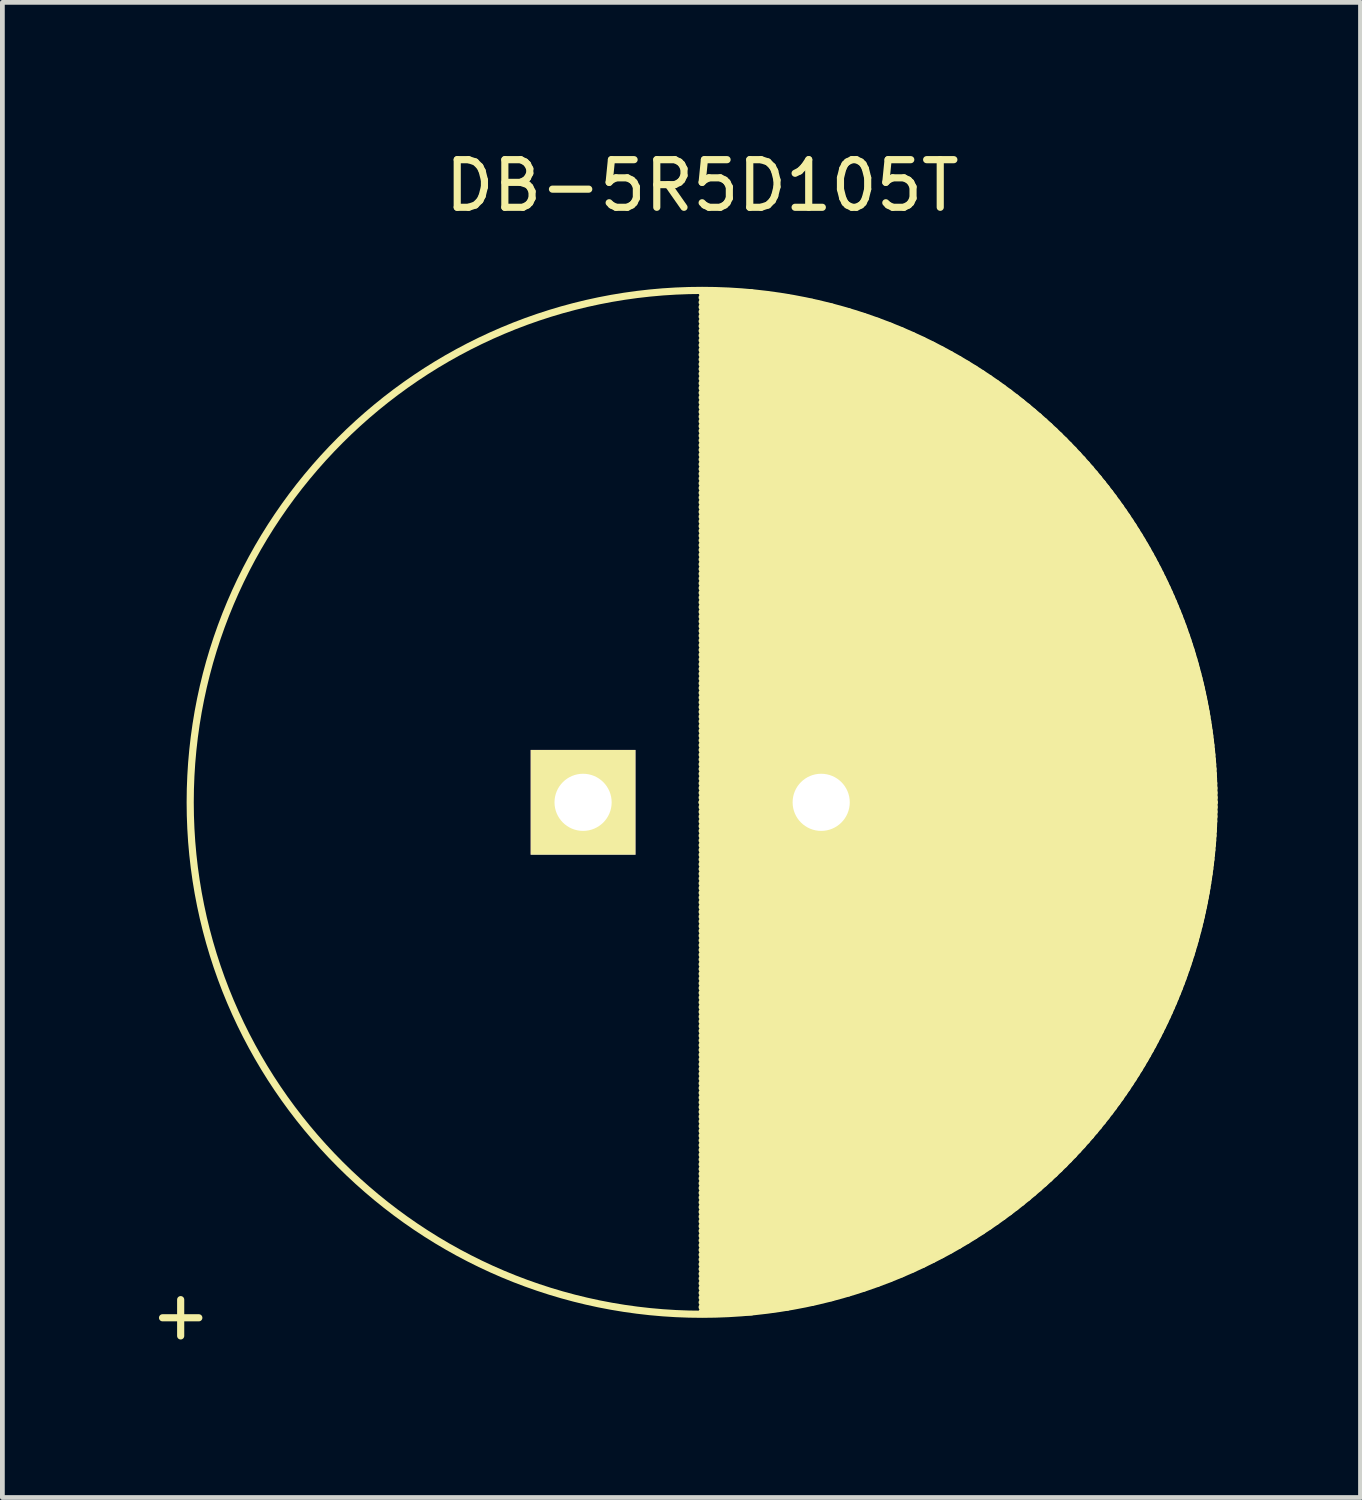
<source format=kicad_pcb>
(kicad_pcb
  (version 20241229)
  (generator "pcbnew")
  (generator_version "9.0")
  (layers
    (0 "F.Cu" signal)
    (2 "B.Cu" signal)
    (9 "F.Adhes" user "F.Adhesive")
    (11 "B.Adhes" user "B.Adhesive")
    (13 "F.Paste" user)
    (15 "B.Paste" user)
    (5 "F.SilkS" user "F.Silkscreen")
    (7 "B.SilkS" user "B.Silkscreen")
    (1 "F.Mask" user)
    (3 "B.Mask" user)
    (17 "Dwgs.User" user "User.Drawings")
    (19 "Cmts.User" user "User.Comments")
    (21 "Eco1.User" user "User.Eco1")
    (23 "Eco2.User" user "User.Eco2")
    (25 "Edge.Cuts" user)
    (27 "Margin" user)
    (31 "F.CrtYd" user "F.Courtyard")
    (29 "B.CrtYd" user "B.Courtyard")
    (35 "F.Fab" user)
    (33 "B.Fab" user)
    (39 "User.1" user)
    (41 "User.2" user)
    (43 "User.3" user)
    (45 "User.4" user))
  (footprint "DB-5R5D105T"
    (layer "F.Cu")
    (at 9.194 13.798)
    (property "Reference" "DB-5R5D105T" (at 2.5 -12.95 0) (layer "F.SilkS") (effects (font (size 1 1) (thickness 0.15))))
    (attr through_hole)
    (fp_line (start 2.5 -10.7) (end 3.536 -10.7) (stroke (width 0.15) (type solid)) (layer "F.SilkS"))
    (fp_line (start 2.5 -10.6) (end 4.29 -10.6) (stroke (width 0.15) (type solid)) (layer "F.SilkS"))
    (fp_line (start 2.5 -10.5) (end 4.805 -10.5) (stroke (width 0.15) (type solid)) (layer "F.SilkS"))
    (fp_line (start 2.5 -10.4) (end 5.221 -10.4) (stroke (width 0.15) (type solid)) (layer "F.SilkS"))
    (fp_line (start 2.5 -10.3) (end 5.578 -10.3) (stroke (width 0.15) (type solid)) (layer "F.SilkS"))
    (fp_line (start 2.5 -10.2) (end 5.894 -10.2) (stroke (width 0.15) (type solid)) (layer "F.SilkS"))
    (fp_line (start 2.5 -10.1) (end 6.181 -10.1) (stroke (width 0.15) (type solid)) (layer "F.SilkS"))
    (fp_line (start 2.5 -10) (end 6.445 -10) (stroke (width 0.15) (type solid)) (layer "F.SilkS"))
    (fp_line (start 2.5 -9.9) (end 6.69 -9.9) (stroke (width 0.15) (type solid)) (layer "F.SilkS"))
    (fp_line (start 2.5 -9.8) (end 6.918 -9.8) (stroke (width 0.15) (type solid)) (layer "F.SilkS"))
    (fp_line (start 2.5 -9.7) (end 7.134 -9.7) (stroke (width 0.15) (type solid)) (layer "F.SilkS"))
    (fp_line (start 2.5 -9.6) (end 7.338 -9.6) (stroke (width 0.15) (type solid)) (layer "F.SilkS"))
    (fp_line (start 2.5 -9.5) (end 7.531 -9.5) (stroke (width 0.15) (type solid)) (layer "F.SilkS"))
    (fp_line (start 2.5 -9.4) (end 7.716 -9.4) (stroke (width 0.15) (type solid)) (layer "F.SilkS"))
    (fp_line (start 2.5 -9.3) (end 7.892 -9.3) (stroke (width 0.15) (type solid)) (layer "F.SilkS"))
    (fp_line (start 2.5 -9.2) (end 8.061 -9.2) (stroke (width 0.15) (type solid)) (layer "F.SilkS"))
    (fp_line (start 2.5 -9.1) (end 8.223 -9.1) (stroke (width 0.15) (type solid)) (layer "F.SilkS"))
    (fp_line (start 2.5 -9) (end 8.379 -9) (stroke (width 0.15) (type solid)) (layer "F.SilkS"))
    (fp_line (start 2.5 -8.9) (end 8.529 -8.9) (stroke (width 0.15) (type solid)) (layer "F.SilkS"))
    (fp_line (start 2.5 -8.8) (end 8.674 -8.8) (stroke (width 0.15) (type solid)) (layer "F.SilkS"))
    (fp_line (start 2.5 -8.7) (end 8.814 -8.7) (stroke (width 0.15) (type solid)) (layer "F.SilkS"))
    (fp_line (start 2.5 -8.6) (end 8.95 -8.6) (stroke (width 0.15) (type solid)) (layer "F.SilkS"))
    (fp_line (start 2.5 -8.5) (end 9.081 -8.5) (stroke (width 0.15) (type solid)) (layer "F.SilkS"))
    (fp_line (start 2.5 -8.4) (end 9.208 -8.4) (stroke (width 0.15) (type solid)) (layer "F.SilkS"))
    (fp_line (start 2.5 -8.3) (end 9.332 -8.3) (stroke (width 0.15) (type solid)) (layer "F.SilkS"))
    (fp_line (start 2.5 -8.2) (end 9.451 -8.2) (stroke (width 0.15) (type solid)) (layer "F.SilkS"))
    (fp_line (start 2.5 -8.1) (end 9.568 -8.1) (stroke (width 0.15) (type solid)) (layer "F.SilkS"))
    (fp_line (start 2.5 -8) (end 9.681 -8) (stroke (width 0.15) (type solid)) (layer "F.SilkS"))
    (fp_line (start 2.5 -7.9) (end 9.791 -7.9) (stroke (width 0.15) (type solid)) (layer "F.SilkS"))
    (fp_line (start 2.5 -7.8) (end 9.897 -7.8) (stroke (width 0.15) (type solid)) (layer "F.SilkS"))
    (fp_line (start 2.5 -7.7) (end 10.002 -7.7) (stroke (width 0.15) (type solid)) (layer "F.SilkS"))
    (fp_line (start 2.5 -7.6) (end 10.103 -7.6) (stroke (width 0.15) (type solid)) (layer "F.SilkS"))
    (fp_line (start 2.5 -7.5) (end 10.201 -7.5) (stroke (width 0.15) (type solid)) (layer "F.SilkS"))
    (fp_line (start 2.5 -7.4) (end 10.298 -7.4) (stroke (width 0.15) (type solid)) (layer "F.SilkS"))
    (fp_line (start 2.5 -7.3) (end 10.391 -7.3) (stroke (width 0.15) (type solid)) (layer "F.SilkS"))
    (fp_line (start 2.5 -7.2) (end 10.483 -7.2) (stroke (width 0.15) (type solid)) (layer "F.SilkS"))
    (fp_line (start 2.5 -7.1) (end 10.572 -7.1) (stroke (width 0.15) (type solid)) (layer "F.SilkS"))
    (fp_line (start 2.5 -7) (end 10.659 -7) (stroke (width 0.15) (type solid)) (layer "F.SilkS"))
    (fp_line (start 2.5 -6.9) (end 10.743 -6.9) (stroke (width 0.15) (type solid)) (layer "F.SilkS"))
    (fp_line (start 2.5 -6.8) (end 10.826 -6.8) (stroke (width 0.15) (type solid)) (layer "F.SilkS"))
    (fp_line (start 2.5 -6.7) (end 10.907 -6.7) (stroke (width 0.15) (type solid)) (layer "F.SilkS"))
    (fp_line (start 2.5 -6.6) (end 10.985 -6.6) (stroke (width 0.15) (type solid)) (layer "F.SilkS"))
    (fp_line (start 2.5 -6.5) (end 11.062 -6.5) (stroke (width 0.15) (type solid)) (layer "F.SilkS"))
    (fp_line (start 2.5 -6.4) (end 11.137 -6.4) (stroke (width 0.15) (type solid)) (layer "F.SilkS"))
    (fp_line (start 2.5 -6.3) (end 11.21 -6.3) (stroke (width 0.15) (type solid)) (layer "F.SilkS"))
    (fp_line (start 2.5 -6.2) (end 11.282 -6.2) (stroke (width 0.15) (type solid)) (layer "F.SilkS"))
    (fp_line (start 2.5 -6.1) (end 11.352 -6.1) (stroke (width 0.15) (type solid)) (layer "F.SilkS"))
    (fp_line (start 2.5 -6) (end 11.42 -6) (stroke (width 0.15) (type solid)) (layer "F.SilkS"))
    (fp_line (start 2.5 -5.9) (end 11.486 -5.9) (stroke (width 0.15) (type solid)) (layer "F.SilkS"))
    (fp_line (start 2.5 -5.8) (end 11.551 -5.8) (stroke (width 0.15) (type solid)) (layer "F.SilkS"))
    (fp_line (start 2.5 -5.7) (end 11.614 -5.7) (stroke (width 0.15) (type solid)) (layer "F.SilkS"))
    (fp_line (start 2.5 -5.6) (end 11.676 -5.6) (stroke (width 0.15) (type solid)) (layer "F.SilkS"))
    (fp_line (start 2.5 -5.5) (end 11.736 -5.5) (stroke (width 0.15) (type solid)) (layer "F.SilkS"))
    (fp_line (start 2.5 -5.4) (end 11.795 -5.4) (stroke (width 0.15) (type solid)) (layer "F.SilkS"))
    (fp_line (start 2.5 -5.3) (end 11.853 -5.3) (stroke (width 0.15) (type solid)) (layer "F.SilkS"))
    (fp_line (start 2.5 -5.2) (end 11.909 -5.2) (stroke (width 0.15) (type solid)) (layer "F.SilkS"))
    (fp_line (start 2.5 -5.1) (end 11.963 -5.1) (stroke (width 0.15) (type solid)) (layer "F.SilkS"))
    (fp_line (start 2.5 -5) (end 12.016 -5) (stroke (width 0.15) (type solid)) (layer "F.SilkS"))
    (fp_line (start 2.5 -4.9) (end 12.068 -4.9) (stroke (width 0.15) (type solid)) (layer "F.SilkS"))
    (fp_line (start 2.5 -4.8) (end 12.119 -4.8) (stroke (width 0.15) (type solid)) (layer "F.SilkS"))
    (fp_line (start 2.5 -4.7) (end 12.168 -4.7) (stroke (width 0.15) (type solid)) (layer "F.SilkS"))
    (fp_line (start 2.5 -4.6) (end 12.216 -4.6) (stroke (width 0.15) (type solid)) (layer "F.SilkS"))
    (fp_line (start 2.5 -4.5) (end 12.263 -4.5) (stroke (width 0.15) (type solid)) (layer "F.SilkS"))
    (fp_line (start 2.5 -4.4) (end 12.308 -4.4) (stroke (width 0.15) (type solid)) (layer "F.SilkS"))
    (fp_line (start 2.5 -4.3) (end 12.353 -4.3) (stroke (width 0.15) (type solid)) (layer "F.SilkS"))
    (fp_line (start 2.5 -4.2) (end 12.396 -4.2) (stroke (width 0.15) (type solid)) (layer "F.SilkS"))
    (fp_line (start 2.5 -4.1) (end 12.437 -4.1) (stroke (width 0.15) (type solid)) (layer "F.SilkS"))
    (fp_line (start 2.5 -4) (end 12.478 -4) (stroke (width 0.15) (type solid)) (layer "F.SilkS"))
    (fp_line (start 2.5 -3.9) (end 12.518 -3.9) (stroke (width 0.15) (type solid)) (layer "F.SilkS"))
    (fp_line (start 2.5 -3.8) (end 12.556 -3.8) (stroke (width 0.15) (type solid)) (layer "F.SilkS"))
    (fp_line (start 2.5 -3.7) (end 12.593 -3.7) (stroke (width 0.15) (type solid)) (layer "F.SilkS"))
    (fp_line (start 2.5 -3.6) (end 12.629 -3.6) (stroke (width 0.15) (type solid)) (layer "F.SilkS"))
    (fp_line (start 2.5 -3.5) (end 12.664 -3.5) (stroke (width 0.15) (type solid)) (layer "F.SilkS"))
    (fp_line (start 2.5 -3.4) (end 12.698 -3.4) (stroke (width 0.15) (type solid)) (layer "F.SilkS"))
    (fp_line (start 2.5 -3.3) (end 12.731 -3.3) (stroke (width 0.15) (type solid)) (layer "F.SilkS"))
    (fp_line (start 2.5 -3.2) (end 12.763 -3.2) (stroke (width 0.15) (type solid)) (layer "F.SilkS"))
    (fp_line (start 2.5 -3.1) (end 12.793 -3.1) (stroke (width 0.15) (type solid)) (layer "F.SilkS"))
    (fp_line (start 2.5 -3) (end 12.823 -3) (stroke (width 0.15) (type solid)) (layer "F.SilkS"))
    (fp_line (start 2.5 -2.9) (end 12.851 -2.9) (stroke (width 0.15) (type solid)) (layer "F.SilkS"))
    (fp_line (start 2.5 -2.8) (end 12.879 -2.8) (stroke (width 0.15) (type solid)) (layer "F.SilkS"))
    (fp_line (start 2.5 -2.7) (end 12.905 -2.7) (stroke (width 0.15) (type solid)) (layer "F.SilkS"))
    (fp_line (start 2.5 -2.6) (end 12.931 -2.6) (stroke (width 0.15) (type solid)) (layer "F.SilkS"))
    (fp_line (start 2.5 -2.5) (end 12.955 -2.5) (stroke (width 0.15) (type solid)) (layer "F.SilkS"))
    (fp_line (start 2.5 -2.4) (end 12.979 -2.4) (stroke (width 0.15) (type solid)) (layer "F.SilkS"))
    (fp_line (start 2.5 -2.3) (end 13.001 -2.3) (stroke (width 0.15) (type solid)) (layer "F.SilkS"))
    (fp_line (start 2.5 -2.2) (end 13.022 -2.2) (stroke (width 0.15) (type solid)) (layer "F.SilkS"))
    (fp_line (start 2.5 -2.1) (end 13.043 -2.1) (stroke (width 0.15) (type solid)) (layer "F.SilkS"))
    (fp_line (start 2.5 -2) (end 13.062 -2) (stroke (width 0.15) (type solid)) (layer "F.SilkS"))
    (fp_line (start 2.5 -1.9) (end 13.081 -1.9) (stroke (width 0.15) (type solid)) (layer "F.SilkS"))
    (fp_line (start 2.5 -1.8) (end 13.098 -1.8) (stroke (width 0.15) (type solid)) (layer "F.SilkS"))
    (fp_line (start 2.5 -1.7) (end 13.115 -1.7) (stroke (width 0.15) (type solid)) (layer "F.SilkS"))
    (fp_line (start 2.5 -1.6) (end 13.13 -1.6) (stroke (width 0.15) (type solid)) (layer "F.SilkS"))
    (fp_line (start 2.5 -1.5) (end 13.145 -1.5) (stroke (width 0.15) (type solid)) (layer "F.SilkS"))
    (fp_line (start 2.5 -1.4) (end 13.158 -1.4) (stroke (width 0.15) (type solid)) (layer "F.SilkS"))
    (fp_line (start 2.5 -1.3) (end 13.171 -1.3) (stroke (width 0.15) (type solid)) (layer "F.SilkS"))
    (fp_line (start 2.5 -1.2) (end 13.183 -1.2) (stroke (width 0.15) (type solid)) (layer "F.SilkS"))
    (fp_line (start 2.5 -1.1) (end 13.194 -1.1) (stroke (width 0.15) (type solid)) (layer "F.SilkS"))
    (fp_line (start 2.5 -1) (end 13.203 -1) (stroke (width 0.15) (type solid)) (layer "F.SilkS"))
    (fp_line (start 2.5 -0.9) (end 13.212 -0.9) (stroke (width 0.15) (type solid)) (layer "F.SilkS"))
    (fp_line (start 2.5 -0.8) (end 13.22 -0.8) (stroke (width 0.15) (type solid)) (layer "F.SilkS"))
    (fp_line (start 2.5 -0.7) (end 13.227 -0.7) (stroke (width 0.15) (type solid)) (layer "F.SilkS"))
    (fp_line (start 2.5 -0.6) (end 13.233 -0.6) (stroke (width 0.15) (type solid)) (layer "F.SilkS"))
    (fp_line (start 2.5 -0.5) (end 13.238 -0.5) (stroke (width 0.15) (type solid)) (layer "F.SilkS"))
    (fp_line (start 2.5 -0.4) (end 13.243 -0.4) (stroke (width 0.15) (type solid)) (layer "F.SilkS"))
    (fp_line (start 2.5 -0.3) (end 13.246 -0.3) (stroke (width 0.15) (type solid)) (layer "F.SilkS"))
    (fp_line (start 2.5 -0.2) (end 13.248 -0.2) (stroke (width 0.15) (type solid)) (layer "F.SilkS"))
    (fp_line (start 2.5 -0.1) (end 13.25 -0.1) (stroke (width 0.15) (type solid)) (layer "F.SilkS"))
    (fp_line (start 2.5 0) (end 13.25 0) (stroke (width 0.15) (type solid)) (layer "F.SilkS"))
    (fp_line (start 2.5 0) (end 13.25 0) (stroke (width 0.15) (type solid)) (layer "F.SilkS"))
    (fp_line (start 2.5 0.1) (end 13.25 0.1) (stroke (width 0.15) (type solid)) (layer "F.SilkS"))
    (fp_line (start 2.5 0.2) (end 13.248 0.2) (stroke (width 0.15) (type solid)) (layer "F.SilkS"))
    (fp_line (start 2.5 0.3) (end 13.246 0.3) (stroke (width 0.15) (type solid)) (layer "F.SilkS"))
    (fp_line (start 2.5 0.4) (end 13.243 0.4) (stroke (width 0.15) (type solid)) (layer "F.SilkS"))
    (fp_line (start 2.5 0.5) (end 13.238 0.5) (stroke (width 0.15) (type solid)) (layer "F.SilkS"))
    (fp_line (start 2.5 0.6) (end 13.233 0.6) (stroke (width 0.15) (type solid)) (layer "F.SilkS"))
    (fp_line (start 2.5 0.7) (end 13.227 0.7) (stroke (width 0.15) (type solid)) (layer "F.SilkS"))
    (fp_line (start 2.5 0.8) (end 13.22 0.8) (stroke (width 0.15) (type solid)) (layer "F.SilkS"))
    (fp_line (start 2.5 0.9) (end 13.212 0.9) (stroke (width 0.15) (type solid)) (layer "F.SilkS"))
    (fp_line (start 2.5 1) (end 13.203 1) (stroke (width 0.15) (type solid)) (layer "F.SilkS"))
    (fp_line (start 2.5 1.1) (end 13.194 1.1) (stroke (width 0.15) (type solid)) (layer "F.SilkS"))
    (fp_line (start 2.5 1.2) (end 13.183 1.2) (stroke (width 0.15) (type solid)) (layer "F.SilkS"))
    (fp_line (start 2.5 1.3) (end 13.171 1.3) (stroke (width 0.15) (type solid)) (layer "F.SilkS"))
    (fp_line (start 2.5 1.4) (end 13.158 1.4) (stroke (width 0.15) (type solid)) (layer "F.SilkS"))
    (fp_line (start 2.5 1.5) (end 13.145 1.5) (stroke (width 0.15) (type solid)) (layer "F.SilkS"))
    (fp_line (start 2.5 1.6) (end 13.13 1.6) (stroke (width 0.15) (type solid)) (layer "F.SilkS"))
    (fp_line (start 2.5 1.7) (end 13.115 1.7) (stroke (width 0.15) (type solid)) (layer "F.SilkS"))
    (fp_line (start 2.5 1.8) (end 13.098 1.8) (stroke (width 0.15) (type solid)) (layer "F.SilkS"))
    (fp_line (start 2.5 1.9) (end 13.081 1.9) (stroke (width 0.15) (type solid)) (layer "F.SilkS"))
    (fp_line (start 2.5 2) (end 13.062 2) (stroke (width 0.15) (type solid)) (layer "F.SilkS"))
    (fp_line (start 2.5 2.1) (end 13.043 2.1) (stroke (width 0.15) (type solid)) (layer "F.SilkS"))
    (fp_line (start 2.5 2.2) (end 13.022 2.2) (stroke (width 0.15) (type solid)) (layer "F.SilkS"))
    (fp_line (start 2.5 2.3) (end 13.001 2.3) (stroke (width 0.15) (type solid)) (layer "F.SilkS"))
    (fp_line (start 2.5 2.4) (end 12.979 2.4) (stroke (width 0.15) (type solid)) (layer "F.SilkS"))
    (fp_line (start 2.5 2.5) (end 12.955 2.5) (stroke (width 0.15) (type solid)) (layer "F.SilkS"))
    (fp_line (start 2.5 2.6) (end 12.931 2.6) (stroke (width 0.15) (type solid)) (layer "F.SilkS"))
    (fp_line (start 2.5 2.7) (end 12.905 2.7) (stroke (width 0.15) (type solid)) (layer "F.SilkS"))
    (fp_line (start 2.5 2.8) (end 12.879 2.8) (stroke (width 0.15) (type solid)) (layer "F.SilkS"))
    (fp_line (start 2.5 2.9) (end 12.851 2.9) (stroke (width 0.15) (type solid)) (layer "F.SilkS"))
    (fp_line (start 2.5 3) (end 12.823 3) (stroke (width 0.15) (type solid)) (layer "F.SilkS"))
    (fp_line (start 2.5 3.1) (end 12.793 3.1) (stroke (width 0.15) (type solid)) (layer "F.SilkS"))
    (fp_line (start 2.5 3.2) (end 12.763 3.2) (stroke (width 0.15) (type solid)) (layer "F.SilkS"))
    (fp_line (start 2.5 3.3) (end 12.731 3.3) (stroke (width 0.15) (type solid)) (layer "F.SilkS"))
    (fp_line (start 2.5 3.4) (end 12.698 3.4) (stroke (width 0.15) (type solid)) (layer "F.SilkS"))
    (fp_line (start 2.5 3.5) (end 12.664 3.5) (stroke (width 0.15) (type solid)) (layer "F.SilkS"))
    (fp_line (start 2.5 3.6) (end 12.629 3.6) (stroke (width 0.15) (type solid)) (layer "F.SilkS"))
    (fp_line (start 2.5 3.7) (end 12.593 3.7) (stroke (width 0.15) (type solid)) (layer "F.SilkS"))
    (fp_line (start 2.5 3.8) (end 12.556 3.8) (stroke (width 0.15) (type solid)) (layer "F.SilkS"))
    (fp_line (start 2.5 3.9) (end 12.518 3.9) (stroke (width 0.15) (type solid)) (layer "F.SilkS"))
    (fp_line (start 2.5 4) (end 12.478 4) (stroke (width 0.15) (type solid)) (layer "F.SilkS"))
    (fp_line (start 2.5 4.1) (end 12.437 4.1) (stroke (width 0.15) (type solid)) (layer "F.SilkS"))
    (fp_line (start 2.5 4.2) (end 12.396 4.2) (stroke (width 0.15) (type solid)) (layer "F.SilkS"))
    (fp_line (start 2.5 4.3) (end 12.353 4.3) (stroke (width 0.15) (type solid)) (layer "F.SilkS"))
    (fp_line (start 2.5 4.4) (end 12.308 4.4) (stroke (width 0.15) (type solid)) (layer "F.SilkS"))
    (fp_line (start 2.5 4.5) (end 12.263 4.5) (stroke (width 0.15) (type solid)) (layer "F.SilkS"))
    (fp_line (start 2.5 4.6) (end 12.216 4.6) (stroke (width 0.15) (type solid)) (layer "F.SilkS"))
    (fp_line (start 2.5 4.7) (end 12.168 4.7) (stroke (width 0.15) (type solid)) (layer "F.SilkS"))
    (fp_line (start 2.5 4.8) (end 12.119 4.8) (stroke (width 0.15) (type solid)) (layer "F.SilkS"))
    (fp_line (start 2.5 4.9) (end 12.068 4.9) (stroke (width 0.15) (type solid)) (layer "F.SilkS"))
    (fp_line (start 2.5 5) (end 12.016 5) (stroke (width 0.15) (type solid)) (layer "F.SilkS"))
    (fp_line (start 2.5 5.1) (end 11.963 5.1) (stroke (width 0.15) (type solid)) (layer "F.SilkS"))
    (fp_line (start 2.5 5.2) (end 11.909 5.2) (stroke (width 0.15) (type solid)) (layer "F.SilkS"))
    (fp_line (start 2.5 5.3) (end 11.853 5.3) (stroke (width 0.15) (type solid)) (layer "F.SilkS"))
    (fp_line (start 2.5 5.4) (end 11.795 5.4) (stroke (width 0.15) (type solid)) (layer "F.SilkS"))
    (fp_line (start 2.5 5.5) (end 11.736 5.5) (stroke (width 0.15) (type solid)) (layer "F.SilkS"))
    (fp_line (start 2.5 5.6) (end 11.676 5.6) (stroke (width 0.15) (type solid)) (layer "F.SilkS"))
    (fp_line (start 2.5 5.7) (end 11.614 5.7) (stroke (width 0.15) (type solid)) (layer "F.SilkS"))
    (fp_line (start 2.5 5.8) (end 11.551 5.8) (stroke (width 0.15) (type solid)) (layer "F.SilkS"))
    (fp_line (start 2.5 5.9) (end 11.486 5.9) (stroke (width 0.15) (type solid)) (layer "F.SilkS"))
    (fp_line (start 2.5 6) (end 11.42 6) (stroke (width 0.15) (type solid)) (layer "F.SilkS"))
    (fp_line (start 2.5 6.1) (end 11.352 6.1) (stroke (width 0.15) (type solid)) (layer "F.SilkS"))
    (fp_line (start 2.5 6.2) (end 11.282 6.2) (stroke (width 0.15) (type solid)) (layer "F.SilkS"))
    (fp_line (start 2.5 6.3) (end 11.21 6.3) (stroke (width 0.15) (type solid)) (layer "F.SilkS"))
    (fp_line (start 2.5 6.4) (end 11.137 6.4) (stroke (width 0.15) (type solid)) (layer "F.SilkS"))
    (fp_line (start 2.5 6.5) (end 11.062 6.5) (stroke (width 0.15) (type solid)) (layer "F.SilkS"))
    (fp_line (start 2.5 6.6) (end 10.985 6.6) (stroke (width 0.15) (type solid)) (layer "F.SilkS"))
    (fp_line (start 2.5 6.7) (end 10.907 6.7) (stroke (width 0.15) (type solid)) (layer "F.SilkS"))
    (fp_line (start 2.5 6.8) (end 10.826 6.8) (stroke (width 0.15) (type solid)) (layer "F.SilkS"))
    (fp_line (start 2.5 6.9) (end 10.743 6.9) (stroke (width 0.15) (type solid)) (layer "F.SilkS"))
    (fp_line (start 2.5 7) (end 10.659 7) (stroke (width 0.15) (type solid)) (layer "F.SilkS"))
    (fp_line (start 2.5 7.1) (end 10.572 7.1) (stroke (width 0.15) (type solid)) (layer "F.SilkS"))
    (fp_line (start 2.5 7.2) (end 10.483 7.2) (stroke (width 0.15) (type solid)) (layer "F.SilkS"))
    (fp_line (start 2.5 7.3) (end 10.391 7.3) (stroke (width 0.15) (type solid)) (layer "F.SilkS"))
    (fp_line (start 2.5 7.4) (end 10.298 7.4) (stroke (width 0.15) (type solid)) (layer "F.SilkS"))
    (fp_line (start 2.5 7.5) (end 10.201 7.5) (stroke (width 0.15) (type solid)) (layer "F.SilkS"))
    (fp_line (start 2.5 7.6) (end 10.103 7.6) (stroke (width 0.15) (type solid)) (layer "F.SilkS"))
    (fp_line (start 2.5 7.7) (end 10.002 7.7) (stroke (width 0.15) (type solid)) (layer "F.SilkS"))
    (fp_line (start 2.5 7.8) (end 9.897 7.8) (stroke (width 0.15) (type solid)) (layer "F.SilkS"))
    (fp_line (start 2.5 7.9) (end 9.791 7.9) (stroke (width 0.15) (type solid)) (layer "F.SilkS"))
    (fp_line (start 2.5 8) (end 9.681 8) (stroke (width 0.15) (type solid)) (layer "F.SilkS"))
    (fp_line (start 2.5 8.1) (end 9.568 8.1) (stroke (width 0.15) (type solid)) (layer "F.SilkS"))
    (fp_line (start 2.5 8.2) (end 9.451 8.2) (stroke (width 0.15) (type solid)) (layer "F.SilkS"))
    (fp_line (start 2.5 8.3) (end 9.332 8.3) (stroke (width 0.15) (type solid)) (layer "F.SilkS"))
    (fp_line (start 2.5 8.4) (end 9.208 8.4) (stroke (width 0.15) (type solid)) (layer "F.SilkS"))
    (fp_line (start 2.5 8.5) (end 9.081 8.5) (stroke (width 0.15) (type solid)) (layer "F.SilkS"))
    (fp_line (start 2.5 8.6) (end 8.95 8.6) (stroke (width 0.15) (type solid)) (layer "F.SilkS"))
    (fp_line (start 2.5 8.7) (end 8.814 8.7) (stroke (width 0.15) (type solid)) (layer "F.SilkS"))
    (fp_line (start 2.5 8.8) (end 8.674 8.8) (stroke (width 0.15) (type solid)) (layer "F.SilkS"))
    (fp_line (start 2.5 8.9) (end 8.529 8.9) (stroke (width 0.15) (type solid)) (layer "F.SilkS"))
    (fp_line (start 2.5 9) (end 8.379 9) (stroke (width 0.15) (type solid)) (layer "F.SilkS"))
    (fp_line (start 2.5 9.1) (end 8.223 9.1) (stroke (width 0.15) (type solid)) (layer "F.SilkS"))
    (fp_line (start 2.5 9.2) (end 8.061 9.2) (stroke (width 0.15) (type solid)) (layer "F.SilkS"))
    (fp_line (start 2.5 9.3) (end 7.892 9.3) (stroke (width 0.15) (type solid)) (layer "F.SilkS"))
    (fp_line (start 2.5 9.4) (end 7.716 9.4) (stroke (width 0.15) (type solid)) (layer "F.SilkS"))
    (fp_line (start 2.5 9.5) (end 7.531 9.5) (stroke (width 0.15) (type solid)) (layer "F.SilkS"))
    (fp_line (start 2.5 9.6) (end 7.338 9.6) (stroke (width 0.15) (type solid)) (layer "F.SilkS"))
    (fp_line (start 2.5 9.7) (end 7.134 9.7) (stroke (width 0.15) (type solid)) (layer "F.SilkS"))
    (fp_line (start 2.5 9.8) (end 6.918 9.8) (stroke (width 0.15) (type solid)) (layer "F.SilkS"))
    (fp_line (start 2.5 9.9) (end 6.69 9.9) (stroke (width 0.15) (type solid)) (layer "F.SilkS"))
    (fp_line (start 2.5 10) (end 6.445 10) (stroke (width 0.15) (type solid)) (layer "F.SilkS"))
    (fp_line (start 2.5 10.1) (end 6.181 10.1) (stroke (width 0.15) (type solid)) (layer "F.SilkS"))
    (fp_line (start 2.5 10.2) (end 5.894 10.2) (stroke (width 0.15) (type solid)) (layer "F.SilkS"))
    (fp_line (start 2.5 10.3) (end 5.578 10.3) (stroke (width 0.15) (type solid)) (layer "F.SilkS"))
    (fp_line (start 2.5 10.4) (end 5.221 10.4) (stroke (width 0.15) (type solid)) (layer "F.SilkS"))
    (fp_line (start 2.5 10.5) (end 4.805 10.5) (stroke (width 0.15) (type solid)) (layer "F.SilkS"))
    (fp_line (start 2.5 10.6) (end 4.29 10.6) (stroke (width 0.15) (type solid)) (layer "F.SilkS"))
    (fp_line (start 2.5 10.7) (end 3.536 10.7) (stroke (width 0.15) (type solid)) (layer "F.SilkS"))
    (fp_circle (center 2.5 0) (end 2.5 -10.75) (stroke (width 0.15) (type solid)) (fill no) (layer "F.SilkS"))
    (fp_text user "+" (at -8.45 10.75 0) (layer "F.SilkS") (effects (font (size 1 1) (thickness 0.15))))
    (pad "1" thru_hole rect (at 0 0) (size 2.2 2.2) (drill 1.2) (layers "*.Cu" "*.Mask" "F.SilkS"))
    (pad "2" thru_hole circle (at 5 0) (size 2.2 2.2) (drill 1.2) (layers "*.Cu" "*.Mask" "F.SilkS")))
  (gr_rect
    (start -3 -3)
    (end 25.519 28.396)
    (stroke (width 0.1) (type default))
    (fill no)
    (layer "Edge.Cuts")))
</source>
